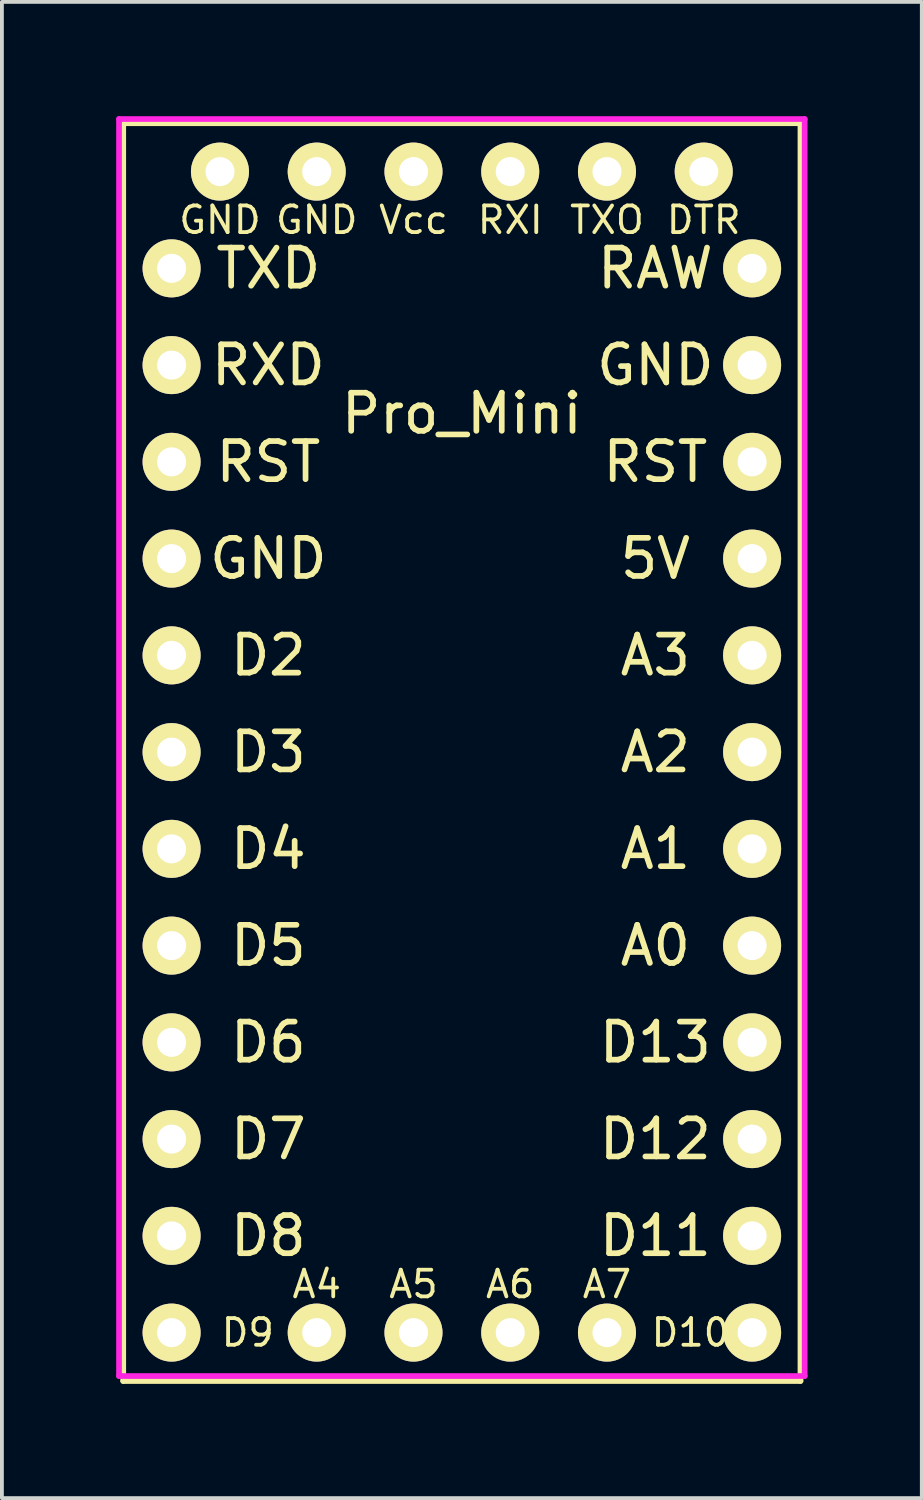
<source format=kicad_pcb>
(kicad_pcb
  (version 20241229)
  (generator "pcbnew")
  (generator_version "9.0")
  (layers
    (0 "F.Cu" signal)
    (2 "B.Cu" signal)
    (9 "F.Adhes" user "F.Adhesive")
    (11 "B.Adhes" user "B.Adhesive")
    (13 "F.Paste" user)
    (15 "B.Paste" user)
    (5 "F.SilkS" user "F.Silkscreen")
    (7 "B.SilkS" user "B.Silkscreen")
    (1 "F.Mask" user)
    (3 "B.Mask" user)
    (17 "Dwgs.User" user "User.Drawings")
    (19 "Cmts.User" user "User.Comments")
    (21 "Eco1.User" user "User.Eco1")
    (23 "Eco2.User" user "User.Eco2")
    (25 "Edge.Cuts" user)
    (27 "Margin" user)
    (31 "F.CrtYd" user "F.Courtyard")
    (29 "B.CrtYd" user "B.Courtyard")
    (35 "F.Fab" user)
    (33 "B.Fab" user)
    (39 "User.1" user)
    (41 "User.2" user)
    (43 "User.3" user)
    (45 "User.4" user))
  (footprint "Pro_Mini"
    (layer "F.Cu")
    (at 1.455 3.995)
    (property "Reference" "Pro_Mini" (at 7.62 3.81 0) (layer "F.SilkS") (effects (font (size 1 1) (thickness 0.15))))
    (attr through_hole)
    (fp_line (start -1.27 -3.81) (end -1.27 29.21) (stroke (width 0.15) (type solid)) (layer "F.SilkS"))
    (fp_line (start -1.27 -3.81) (end 16.51 -3.81) (stroke (width 0.15) (type solid)) (layer "F.SilkS"))
    (fp_line (start -1.27 29.21) (end 16.51 29.21) (stroke (width 0.15) (type solid)) (layer "F.SilkS"))
    (fp_line (start 16.51 29.21) (end 16.51 -3.81) (stroke (width 0.15) (type solid)) (layer "F.SilkS"))
    (fp_line (start -1.38 -3.92) (end -1.38 29.08) (stroke (width 0.15) (type solid)) (layer "F.CrtYd"))
    (fp_line (start -1.38 -3.92) (end 16.62 -3.92) (stroke (width 0.15) (type solid)) (layer "F.CrtYd"))
    (fp_line (start -1.38 29.08) (end 16.62 29.08) (stroke (width 0.15) (type solid)) (layer "F.CrtYd"))
    (fp_line (start 16.62 -3.92) (end 16.62 29.08) (stroke (width 0.15) (type solid)) (layer "F.CrtYd"))
    (fp_text user "A3" (at 12.7 10.16 0) (layer "F.SilkS") (effects (font (size 1 1) (thickness 0.15))))
    (fp_text user "RAW" (at 12.7 0 0) (layer "F.SilkS") (effects (font (size 1 1) (thickness 0.15))))
    (fp_text user "D2" (at 2.54 10.16 0) (layer "F.SilkS") (effects (font (size 1 1) (thickness 0.15))))
    (fp_text user "D11" (at 12.7 25.4 0) (layer "F.SilkS") (effects (font (size 1 1) (thickness 0.15))))
    (fp_text user "D4" (at 2.54 15.24 0) (layer "F.SilkS") (effects (font (size 1 1) (thickness 0.15))))
    (fp_text user "5V" (at 12.7 7.62 0) (layer "F.SilkS") (effects (font (size 1 1) (thickness 0.15))))
    (fp_text user "GND" (at 12.7 2.54 0) (layer "F.SilkS") (effects (font (size 1 1) (thickness 0.15))))
    (fp_text user "RST" (at 2.54 5.08 0) (layer "F.SilkS") (effects (font (size 1 1) (thickness 0.15))))
    (fp_text user "A2" (at 12.7 12.7 0) (layer "F.SilkS") (effects (font (size 1 1) (thickness 0.15))))
    (fp_text user "Vcc" (at 6.35 -1.27 0) (layer "F.SilkS") (effects (font (size 0.7 0.7) (thickness 0.1))))
    (fp_text user "A1" (at 12.7 15.24 0) (layer "F.SilkS") (effects (font (size 1 1) (thickness 0.15))))
    (fp_text user "D3" (at 2.54 12.7 0) (layer "F.SilkS") (effects (font (size 1 1) (thickness 0.15))))
    (fp_text user "RXI" (at 8.89 -1.27 0) (layer "F.SilkS") (effects (font (size 0.7 0.7) (thickness 0.1))))
    (fp_text user "D9" (at 2 27.94 180) (layer "F.SilkS") (effects (font (size 0.7 0.7) (thickness 0.1))))
    (fp_text user "A6" (at 8.89 26.67 180) (layer "F.SilkS") (effects (font (size 0.7 0.7) (thickness 0.1))))
    (fp_text user "D7" (at 2.54 22.86 0) (layer "F.SilkS") (effects (font (size 1 1) (thickness 0.15))))
    (fp_text user "D10" (at 13.62 27.94 0) (layer "F.SilkS") (effects (font (size 0.7 0.7) (thickness 0.1))))
    (fp_text user "GND" (at 2.54 7.62 0) (layer "F.SilkS") (effects (font (size 1 1) (thickness 0.15))))
    (fp_text user "GND" (at 1.27 -1.27 0) (layer "F.SilkS") (effects (font (size 0.7 0.7) (thickness 0.1))))
    (fp_text user "DTR" (at 13.97 -1.27 180) (layer "F.SilkS") (effects (font (size 0.7 0.7) (thickness 0.1))))
    (fp_text user "RST" (at 12.7 5.08 0) (layer "F.SilkS") (effects (font (size 1 1) (thickness 0.15))))
    (fp_text user "A4" (at 3.81 26.67 180) (layer "F.SilkS") (effects (font (size 0.7 0.7) (thickness 0.1))))
    (fp_text user "A5" (at 6.35 26.67 180) (layer "F.SilkS") (effects (font (size 0.7 0.7) (thickness 0.1))))
    (fp_text user "D12" (at 12.7 22.86 0) (layer "F.SilkS") (effects (font (size 1 1) (thickness 0.15))))
    (fp_text user "TXO" (at 11.43 -1.27 0) (layer "F.SilkS") (effects (font (size 0.7 0.7) (thickness 0.1))))
    (fp_text user "RXD" (at 2.54 2.54 0) (layer "F.SilkS") (effects (font (size 1 1) (thickness 0.15))))
    (fp_text user "D13" (at 12.7 20.32 0) (layer "F.SilkS") (effects (font (size 1 1) (thickness 0.15))))
    (fp_text user "GND" (at 3.81 -1.27 0) (layer "F.SilkS") (effects (font (size 0.7 0.7) (thickness 0.1))))
    (fp_text user "D5" (at 2.54 17.78 0) (layer "F.SilkS") (effects (font (size 1 1) (thickness 0.15))))
    (fp_text user "TXD" (at 2.54 0 0) (layer "F.SilkS") (effects (font (size 1 1) (thickness 0.15))))
    (fp_text user "D8" (at 2.54 25.4 0) (layer "F.SilkS") (effects (font (size 1 1) (thickness 0.15))))
    (fp_text user "A7" (at 11.43 26.67 180) (layer "F.SilkS") (effects (font (size 0.7 0.7) (thickness 0.1))))
    (fp_text user "D6" (at 2.54 20.32 0) (layer "F.SilkS") (effects (font (size 1 1) (thickness 0.15))))
    (fp_text user "A0" (at 12.7 17.78 0) (layer "F.SilkS") (effects (font (size 1 1) (thickness 0.15))))
    (pad "1" thru_hole circle (at 1.27 -2.54) (size 1.524 1.524) (drill 0.762) (layers "*.Cu" "*.Mask" "F.SilkS"))
    (pad "2" thru_hole circle (at 3.81 -2.54) (size 1.524 1.524) (drill 0.762) (layers "*.Cu" "*.Mask" "F.SilkS"))
    (pad "3" thru_hole circle (at 6.35 -2.54) (size 1.524 1.524) (drill 0.762) (layers "*.Cu" "*.Mask" "F.SilkS"))
    (pad "4" thru_hole circle (at 8.89 -2.54) (size 1.524 1.524) (drill 0.762) (layers "*.Cu" "*.Mask" "F.SilkS"))
    (pad "5" thru_hole circle (at 11.43 -2.54) (size 1.524 1.524) (drill 0.762) (layers "*.Cu" "*.Mask" "F.SilkS"))
    (pad "6" thru_hole circle (at 13.97 -2.54) (size 1.524 1.524) (drill 0.762) (layers "*.Cu" "*.Mask" "F.SilkS"))
    (pad "7" thru_hole circle (at 0 0) (size 1.524 1.524) (drill 0.762) (layers "*.Cu" "*.Mask" "F.SilkS"))
    (pad "8" thru_hole circle (at 0 2.54) (size 1.524 1.524) (drill 0.762) (layers "*.Cu" "*.Mask" "F.SilkS"))
    (pad "9" thru_hole circle (at 0 5.08) (size 1.524 1.524) (drill 0.762) (layers "*.Cu" "*.Mask" "F.SilkS"))
    (pad "10" thru_hole circle (at 0 7.62) (size 1.524 1.524) (drill 0.762) (layers "*.Cu" "*.Mask" "F.SilkS"))
    (pad "11" thru_hole circle (at 0 10.16) (size 1.524 1.524) (drill 0.762) (layers "*.Cu" "*.Mask" "F.SilkS"))
    (pad "12" thru_hole circle (at 0 12.7) (size 1.524 1.524) (drill 0.762) (layers "*.Cu" "*.Mask" "F.SilkS"))
    (pad "13" thru_hole circle (at 0 15.24) (size 1.524 1.524) (drill 0.762) (layers "*.Cu" "*.Mask" "F.SilkS"))
    (pad "14" thru_hole circle (at 0 17.78) (size 1.524 1.524) (drill 0.762) (layers "*.Cu" "*.Mask" "F.SilkS"))
    (pad "15" thru_hole circle (at 0 20.32) (size 1.524 1.524) (drill 0.762) (layers "*.Cu" "*.Mask" "F.SilkS"))
    (pad "16" thru_hole circle (at 0 22.86) (size 1.524 1.524) (drill 0.762) (layers "*.Cu" "*.Mask" "F.SilkS"))
    (pad "17" thru_hole circle (at 0 25.4) (size 1.524 1.524) (drill 0.762) (layers "*.Cu" "*.Mask" "F.SilkS"))
    (pad "18" thru_hole circle (at 0 27.94) (size 1.524 1.524) (drill 0.762) (layers "*.Cu" "*.Mask" "F.SilkS"))
    (pad "19" thru_hole circle (at 15.24 0) (size 1.524 1.524) (drill 0.762) (layers "*.Cu" "*.Mask" "F.SilkS"))
    (pad "20" thru_hole circle (at 15.24 2.54) (size 1.524 1.524) (drill 0.762) (layers "*.Cu" "*.Mask" "F.SilkS"))
    (pad "21" thru_hole circle (at 15.24 5.08) (size 1.524 1.524) (drill 0.762) (layers "*.Cu" "*.Mask" "F.SilkS"))
    (pad "22" thru_hole circle (at 15.24 7.62) (size 1.524 1.524) (drill 0.762) (layers "*.Cu" "*.Mask" "F.SilkS"))
    (pad "23" thru_hole circle (at 15.24 10.16) (size 1.524 1.524) (drill 0.762) (layers "*.Cu" "*.Mask" "F.SilkS"))
    (pad "24" thru_hole circle (at 15.24 12.7) (size 1.524 1.524) (drill 0.762) (layers "*.Cu" "*.Mask" "F.SilkS"))
    (pad "25" thru_hole circle (at 15.24 15.24) (size 1.524 1.524) (drill 0.762) (layers "*.Cu" "*.Mask" "F.SilkS"))
    (pad "26" thru_hole circle (at 15.24 17.78) (size 1.524 1.524) (drill 0.762) (layers "*.Cu" "*.Mask" "F.SilkS"))
    (pad "27" thru_hole circle (at 15.24 20.32) (size 1.524 1.524) (drill 0.762) (layers "*.Cu" "*.Mask" "F.SilkS"))
    (pad "28" thru_hole circle (at 15.24 22.86) (size 1.524 1.524) (drill 0.762) (layers "*.Cu" "*.Mask" "F.SilkS"))
    (pad "29" thru_hole circle (at 15.24 25.4) (size 1.524 1.524) (drill 0.762) (layers "*.Cu" "*.Mask" "F.SilkS"))
    (pad "30" thru_hole circle (at 15.24 27.94) (size 1.524 1.524) (drill 0.762) (layers "*.Cu" "*.Mask" "F.SilkS"))
    (pad "31" thru_hole circle (at 3.81 27.94) (size 1.524 1.524) (drill 0.762) (layers "*.Cu" "*.Mask" "F.SilkS"))
    (pad "32" thru_hole circle (at 6.35 27.94) (size 1.524 1.524) (drill 0.762) (layers "*.Cu" "*.Mask" "F.SilkS"))
    (pad "33" thru_hole circle (at 8.89 27.94) (size 1.524 1.524) (drill 0.762) (layers "*.Cu" "*.Mask" "F.SilkS"))
    (pad "34" thru_hole circle (at 11.43 27.94) (size 1.524 1.524) (drill 0.762) (layers "*.Cu" "*.Mask" "F.SilkS")))
  (gr_rect
    (start -3 -3)
    (end 21.15 36.28)
    (stroke (width 0.1) (type default))
    (fill no)
    (layer "Edge.Cuts")))
</source>
